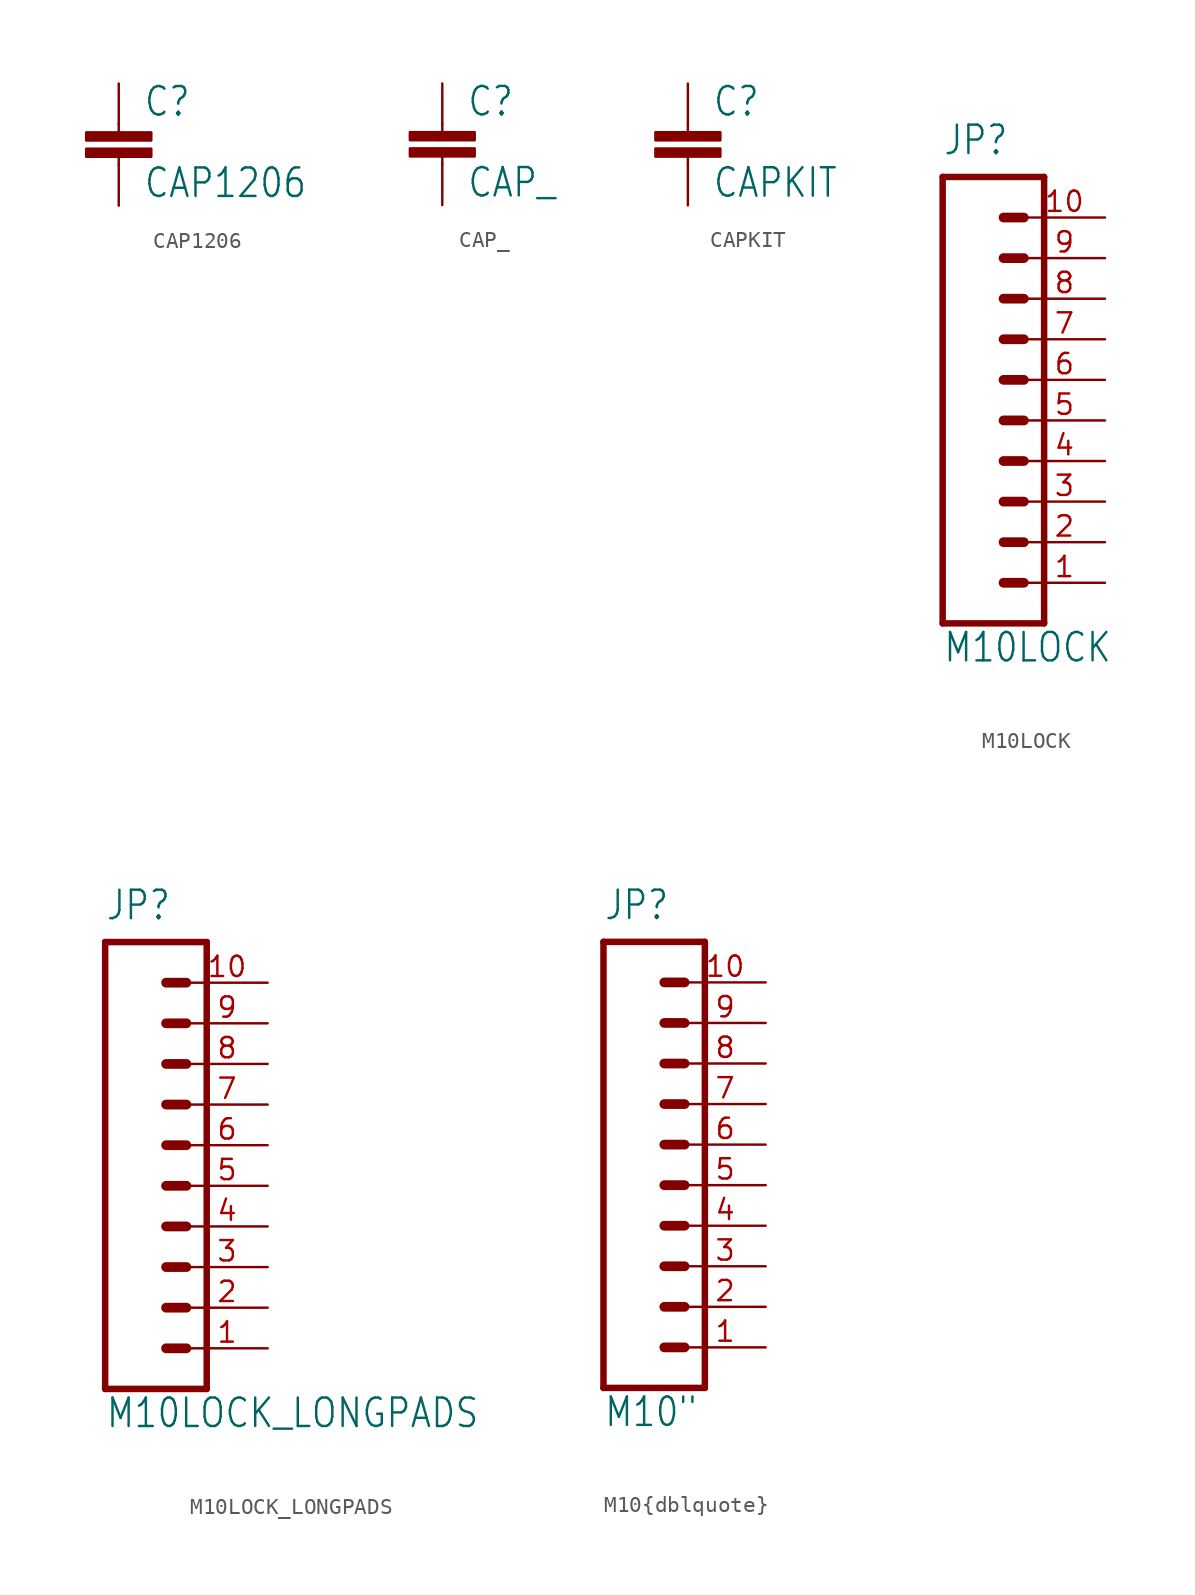
<source format=kicad_sym>
(kicad_symbol_lib
  (version 20211014)
  (generator kicad_symbol_editor)
  (symbol "CAP1206"
    (property "Reference" "C"
      (at 1.524 2.921 0)
      (effects (font (size 1.778 1.511)) (justify left bottom)))
    (property "Value" "CAP1206"
      (at 1.524 -2.159 0)
      (effects (font (size 1.778 1.511)) (justify left bottom)))
    (property "ki_locked" ""
      (at 0 0 0)
      (effects (font (size 1.27 1.27))))
    (symbol "CAP1206_1_0"
      (rectangle (start -2.032 0.508) (end 2.032 1.016) (stroke (width 0) (type default) (color 0 0 0 0)) (fill (type outline)))
      (rectangle (start -2.032 1.524) (end 2.032 2.032) (stroke (width 0) (type default) (color 0 0 0 0)) (fill (type outline)))
      (polyline (pts (xy 0 0) (xy 0 0.508)) (stroke (width 0.152) (type default) (color 0 0 0 0)) (fill (type none)))
      (polyline (pts (xy 0 2.54) (xy 0 2.032)) (stroke (width 0.152) (type default) (color 0 0 0 0)) (fill (type none)))
      (pin passive line (at 0 5.08 270) (length 2.54) (name "1" (effects (font (size 0 0)))) (number "1" (effects (font (size 0 0)))))
      (pin passive line (at 0 -2.54 90) (length 2.54) (name "2" (effects (font (size 0 0)))) (number "2" (effects (font (size 0 0)))))))
  (symbol "CAP_"
    (property "Reference" "C"
      (at 1.524 2.921 0)
      (effects (font (size 1.778 1.511)) (justify left bottom)))
    (property "Value" "CAP_"
      (at 1.524 -2.159 0)
      (effects (font (size 1.778 1.511)) (justify left bottom)))
    (property "ki_locked" ""
      (at 0 0 0)
      (effects (font (size 1.27 1.27))))
    (symbol "CAP__1_0"
      (rectangle (start -2.032 0.508) (end 2.032 1.016) (stroke (width 0) (type default) (color 0 0 0 0)) (fill (type outline)))
      (rectangle (start -2.032 1.524) (end 2.032 2.032) (stroke (width 0) (type default) (color 0 0 0 0)) (fill (type outline)))
      (polyline (pts (xy 0 0) (xy 0 0.508)) (stroke (width 0.152) (type default) (color 0 0 0 0)) (fill (type none)))
      (polyline (pts (xy 0 2.54) (xy 0 2.032)) (stroke (width 0.152) (type default) (color 0 0 0 0)) (fill (type none)))
      (pin passive line (at 0 5.08 270) (length 2.54) (name "1" (effects (font (size 0 0)))) (number "P$1" (effects (font (size 0 0)))))
      (pin passive line (at 0 -2.54 90) (length 2.54) (name "2" (effects (font (size 0 0)))) (number "P$2" (effects (font (size 0 0)))))))
  (symbol "CAPKIT"
    (property "Reference" "C"
      (at 1.524 2.921 0)
      (effects (font (size 1.778 1.511)) (justify left bottom)))
    (property "Value" "CAPKIT"
      (at 1.524 -2.159 0)
      (effects (font (size 1.778 1.511)) (justify left bottom)))
    (property "ki_locked" ""
      (at 0 0 0)
      (effects (font (size 1.27 1.27))))
    (symbol "CAPKIT_1_0"
      (rectangle (start -2.032 0.508) (end 2.032 1.016) (stroke (width 0) (type default) (color 0 0 0 0)) (fill (type outline)))
      (rectangle (start -2.032 1.524) (end 2.032 2.032) (stroke (width 0) (type default) (color 0 0 0 0)) (fill (type outline)))
      (polyline (pts (xy 0 0) (xy 0 0.508)) (stroke (width 0.152) (type default) (color 0 0 0 0)) (fill (type none)))
      (polyline (pts (xy 0 2.54) (xy 0 2.032)) (stroke (width 0.152) (type default) (color 0 0 0 0)) (fill (type none)))
      (pin passive line (at 0 5.08 270) (length 2.54) (name "1" (effects (font (size 0 0)))) (number "1" (effects (font (size 0 0)))))
      (pin passive line (at 0 -2.54 90) (length 2.54) (name "2" (effects (font (size 0 0)))) (number "2" (effects (font (size 0 0)))))))
  (symbol "M10LOCK"
    (property "Reference" "JP"
      (at 0 8.89 0)
      (effects (font (size 1.778 1.511)) (justify left bottom)))
    (property "Value" "M10LOCK"
      (at 0 -22.86 0)
      (effects (font (size 1.778 1.511)) (justify left bottom)))
    (property "ki_locked" ""
      (at 0 0 0)
      (effects (font (size 1.27 1.27))))
    (symbol "M10LOCK_1_0"
      (polyline (pts (xy 0 7.62) (xy 0 -20.32)) (stroke (width 0.406) (type default) (color 0 0 0 0)) (fill (type none)))
      (polyline (pts (xy 0 7.62) (xy 6.35 7.62)) (stroke (width 0.406) (type default) (color 0 0 0 0)) (fill (type none)))
      (polyline (pts (xy 3.81 -17.78) (xy 5.08 -17.78)) (stroke (width 0.61) (type default) (color 0 0 0 0)) (fill (type none)))
      (polyline (pts (xy 3.81 -15.24) (xy 5.08 -15.24)) (stroke (width 0.61) (type default) (color 0 0 0 0)) (fill (type none)))
      (polyline (pts (xy 3.81 -12.7) (xy 5.08 -12.7)) (stroke (width 0.61) (type default) (color 0 0 0 0)) (fill (type none)))
      (polyline (pts (xy 3.81 -10.16) (xy 5.08 -10.16)) (stroke (width 0.61) (type default) (color 0 0 0 0)) (fill (type none)))
      (polyline (pts (xy 3.81 -7.62) (xy 5.08 -7.62)) (stroke (width 0.61) (type default) (color 0 0 0 0)) (fill (type none)))
      (polyline (pts (xy 3.81 -5.08) (xy 5.08 -5.08)) (stroke (width 0.61) (type default) (color 0 0 0 0)) (fill (type none)))
      (polyline (pts (xy 3.81 -2.54) (xy 5.08 -2.54)) (stroke (width 0.61) (type default) (color 0 0 0 0)) (fill (type none)))
      (polyline (pts (xy 3.81 0) (xy 5.08 0)) (stroke (width 0.61) (type default) (color 0 0 0 0)) (fill (type none)))
      (polyline (pts (xy 3.81 2.54) (xy 5.08 2.54)) (stroke (width 0.61) (type default) (color 0 0 0 0)) (fill (type none)))
      (polyline (pts (xy 3.81 5.08) (xy 5.08 5.08)) (stroke (width 0.61) (type default) (color 0 0 0 0)) (fill (type none)))
      (polyline (pts (xy 6.35 -20.32) (xy 0 -20.32)) (stroke (width 0.406) (type default) (color 0 0 0 0)) (fill (type none)))
      (polyline (pts (xy 6.35 -20.32) (xy 6.35 7.62)) (stroke (width 0.406) (type default) (color 0 0 0 0)) (fill (type none)))
      (pin passive line (at 10.16 -17.78 180) (length 5.08) (name "1" (effects (font (size 0 0)))) (number "1" (effects (font (size 1.27 1.27)))))
      (pin passive line (at 10.16 5.08 180) (length 5.08) (name "10" (effects (font (size 0 0)))) (number "10" (effects (font (size 1.27 1.27)))))
      (pin passive line (at 10.16 -15.24 180) (length 5.08) (name "2" (effects (font (size 0 0)))) (number "2" (effects (font (size 1.27 1.27)))))
      (pin passive line (at 10.16 -12.7 180) (length 5.08) (name "3" (effects (font (size 0 0)))) (number "3" (effects (font (size 1.27 1.27)))))
      (pin passive line (at 10.16 -10.16 180) (length 5.08) (name "4" (effects (font (size 0 0)))) (number "4" (effects (font (size 1.27 1.27)))))
      (pin passive line (at 10.16 -7.62 180) (length 5.08) (name "5" (effects (font (size 0 0)))) (number "5" (effects (font (size 1.27 1.27)))))
      (pin passive line (at 10.16 -5.08 180) (length 5.08) (name "6" (effects (font (size 0 0)))) (number "6" (effects (font (size 1.27 1.27)))))
      (pin passive line (at 10.16 -2.54 180) (length 5.08) (name "7" (effects (font (size 0 0)))) (number "7" (effects (font (size 1.27 1.27)))))
      (pin passive line (at 10.16 0 180) (length 5.08) (name "8" (effects (font (size 0 0)))) (number "8" (effects (font (size 1.27 1.27)))))
      (pin passive line (at 10.16 2.54 180) (length 5.08) (name "9" (effects (font (size 0 0)))) (number "9" (effects (font (size 1.27 1.27)))))))
  (symbol "M10LOCK_LONGPADS"
    (property "Reference" "JP"
      (at 0 8.89 0)
      (effects (font (size 1.778 1.511)) (justify left bottom)))
    (property "Value" "M10LOCK_LONGPADS"
      (at 0 -22.86 0)
      (effects (font (size 1.778 1.511)) (justify left bottom)))
    (property "ki_locked" ""
      (at 0 0 0)
      (effects (font (size 1.27 1.27))))
    (symbol "M10LOCK_LONGPADS_1_0"
      (polyline (pts (xy 0 7.62) (xy 0 -20.32)) (stroke (width 0.406) (type default) (color 0 0 0 0)) (fill (type none)))
      (polyline (pts (xy 0 7.62) (xy 6.35 7.62)) (stroke (width 0.406) (type default) (color 0 0 0 0)) (fill (type none)))
      (polyline (pts (xy 3.81 -17.78) (xy 5.08 -17.78)) (stroke (width 0.61) (type default) (color 0 0 0 0)) (fill (type none)))
      (polyline (pts (xy 3.81 -15.24) (xy 5.08 -15.24)) (stroke (width 0.61) (type default) (color 0 0 0 0)) (fill (type none)))
      (polyline (pts (xy 3.81 -12.7) (xy 5.08 -12.7)) (stroke (width 0.61) (type default) (color 0 0 0 0)) (fill (type none)))
      (polyline (pts (xy 3.81 -10.16) (xy 5.08 -10.16)) (stroke (width 0.61) (type default) (color 0 0 0 0)) (fill (type none)))
      (polyline (pts (xy 3.81 -7.62) (xy 5.08 -7.62)) (stroke (width 0.61) (type default) (color 0 0 0 0)) (fill (type none)))
      (polyline (pts (xy 3.81 -5.08) (xy 5.08 -5.08)) (stroke (width 0.61) (type default) (color 0 0 0 0)) (fill (type none)))
      (polyline (pts (xy 3.81 -2.54) (xy 5.08 -2.54)) (stroke (width 0.61) (type default) (color 0 0 0 0)) (fill (type none)))
      (polyline (pts (xy 3.81 0) (xy 5.08 0)) (stroke (width 0.61) (type default) (color 0 0 0 0)) (fill (type none)))
      (polyline (pts (xy 3.81 2.54) (xy 5.08 2.54)) (stroke (width 0.61) (type default) (color 0 0 0 0)) (fill (type none)))
      (polyline (pts (xy 3.81 5.08) (xy 5.08 5.08)) (stroke (width 0.61) (type default) (color 0 0 0 0)) (fill (type none)))
      (polyline (pts (xy 6.35 -20.32) (xy 0 -20.32)) (stroke (width 0.406) (type default) (color 0 0 0 0)) (fill (type none)))
      (polyline (pts (xy 6.35 -20.32) (xy 6.35 7.62)) (stroke (width 0.406) (type default) (color 0 0 0 0)) (fill (type none)))
      (pin passive line (at 10.16 -17.78 180) (length 5.08) (name "1" (effects (font (size 0 0)))) (number "1" (effects (font (size 1.27 1.27)))))
      (pin passive line (at 10.16 5.08 180) (length 5.08) (name "10" (effects (font (size 0 0)))) (number "10" (effects (font (size 1.27 1.27)))))
      (pin passive line (at 10.16 -15.24 180) (length 5.08) (name "2" (effects (font (size 0 0)))) (number "2" (effects (font (size 1.27 1.27)))))
      (pin passive line (at 10.16 -12.7 180) (length 5.08) (name "3" (effects (font (size 0 0)))) (number "3" (effects (font (size 1.27 1.27)))))
      (pin passive line (at 10.16 -10.16 180) (length 5.08) (name "4" (effects (font (size 0 0)))) (number "4" (effects (font (size 1.27 1.27)))))
      (pin passive line (at 10.16 -7.62 180) (length 5.08) (name "5" (effects (font (size 0 0)))) (number "5" (effects (font (size 1.27 1.27)))))
      (pin passive line (at 10.16 -5.08 180) (length 5.08) (name "6" (effects (font (size 0 0)))) (number "6" (effects (font (size 1.27 1.27)))))
      (pin passive line (at 10.16 -2.54 180) (length 5.08) (name "7" (effects (font (size 0 0)))) (number "7" (effects (font (size 1.27 1.27)))))
      (pin passive line (at 10.16 0 180) (length 5.08) (name "8" (effects (font (size 0 0)))) (number "8" (effects (font (size 1.27 1.27)))))
      (pin passive line (at 10.16 2.54 180) (length 5.08) (name "9" (effects (font (size 0 0)))) (number "9" (effects (font (size 1.27 1.27)))))))
  (symbol "M10{dblquote}"
    (property "Reference" "JP"
      (at 0 8.89 0)
      (effects (font (size 1.778 1.511)) (justify left bottom)))
    (property "Value" "M10{dblquote}"
      (at 0 -22.86 0)
      (effects (font (size 1.778 1.511)) (justify left bottom)))
    (property "ki_locked" ""
      (at 0 0 0)
      (effects (font (size 1.27 1.27))))
    (symbol "M10{dblquote}_1_0"
      (polyline (pts (xy 0 7.62) (xy 0 -20.32)) (stroke (width 0.406) (type default) (color 0 0 0 0)) (fill (type none)))
      (polyline (pts (xy 0 7.62) (xy 6.35 7.62)) (stroke (width 0.406) (type default) (color 0 0 0 0)) (fill (type none)))
      (polyline (pts (xy 3.81 -17.78) (xy 5.08 -17.78)) (stroke (width 0.61) (type default) (color 0 0 0 0)) (fill (type none)))
      (polyline (pts (xy 3.81 -15.24) (xy 5.08 -15.24)) (stroke (width 0.61) (type default) (color 0 0 0 0)) (fill (type none)))
      (polyline (pts (xy 3.81 -12.7) (xy 5.08 -12.7)) (stroke (width 0.61) (type default) (color 0 0 0 0)) (fill (type none)))
      (polyline (pts (xy 3.81 -10.16) (xy 5.08 -10.16)) (stroke (width 0.61) (type default) (color 0 0 0 0)) (fill (type none)))
      (polyline (pts (xy 3.81 -7.62) (xy 5.08 -7.62)) (stroke (width 0.61) (type default) (color 0 0 0 0)) (fill (type none)))
      (polyline (pts (xy 3.81 -5.08) (xy 5.08 -5.08)) (stroke (width 0.61) (type default) (color 0 0 0 0)) (fill (type none)))
      (polyline (pts (xy 3.81 -2.54) (xy 5.08 -2.54)) (stroke (width 0.61) (type default) (color 0 0 0 0)) (fill (type none)))
      (polyline (pts (xy 3.81 0) (xy 5.08 0)) (stroke (width 0.61) (type default) (color 0 0 0 0)) (fill (type none)))
      (polyline (pts (xy 3.81 2.54) (xy 5.08 2.54)) (stroke (width 0.61) (type default) (color 0 0 0 0)) (fill (type none)))
      (polyline (pts (xy 3.81 5.08) (xy 5.08 5.08)) (stroke (width 0.61) (type default) (color 0 0 0 0)) (fill (type none)))
      (polyline (pts (xy 6.35 -20.32) (xy 0 -20.32)) (stroke (width 0.406) (type default) (color 0 0 0 0)) (fill (type none)))
      (polyline (pts (xy 6.35 -20.32) (xy 6.35 7.62)) (stroke (width 0.406) (type default) (color 0 0 0 0)) (fill (type none)))
      (pin passive line (at 10.16 -17.78 180) (length 5.08) (name "1" (effects (font (size 0 0)))) (number "1" (effects (font (size 1.27 1.27)))))
      (pin passive line (at 10.16 5.08 180) (length 5.08) (name "10" (effects (font (size 0 0)))) (number "10" (effects (font (size 1.27 1.27)))))
      (pin passive line (at 10.16 -15.24 180) (length 5.08) (name "2" (effects (font (size 0 0)))) (number "2" (effects (font (size 1.27 1.27)))))
      (pin passive line (at 10.16 -12.7 180) (length 5.08) (name "3" (effects (font (size 0 0)))) (number "3" (effects (font (size 1.27 1.27)))))
      (pin passive line (at 10.16 -10.16 180) (length 5.08) (name "4" (effects (font (size 0 0)))) (number "4" (effects (font (size 1.27 1.27)))))
      (pin passive line (at 10.16 -7.62 180) (length 5.08) (name "5" (effects (font (size 0 0)))) (number "5" (effects (font (size 1.27 1.27)))))
      (pin passive line (at 10.16 -5.08 180) (length 5.08) (name "6" (effects (font (size 0 0)))) (number "6" (effects (font (size 1.27 1.27)))))
      (pin passive line (at 10.16 -2.54 180) (length 5.08) (name "7" (effects (font (size 0 0)))) (number "7" (effects (font (size 1.27 1.27)))))
      (pin passive line (at 10.16 0 180) (length 5.08) (name "8" (effects (font (size 0 0)))) (number "8" (effects (font (size 1.27 1.27)))))
      (pin passive line (at 10.16 2.54 180) (length 5.08) (name "9" (effects (font (size 0 0)))) (number "9" (effects (font (size 1.27 1.27))))))))
</source>
